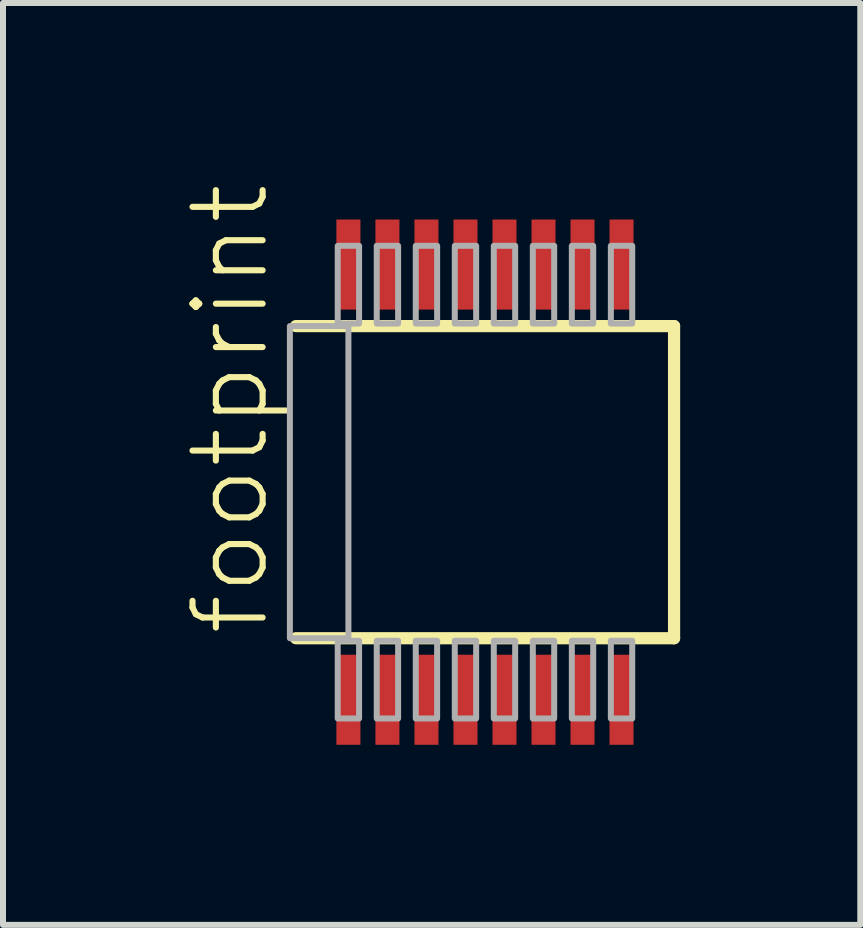
<source format=kicad_pcb>
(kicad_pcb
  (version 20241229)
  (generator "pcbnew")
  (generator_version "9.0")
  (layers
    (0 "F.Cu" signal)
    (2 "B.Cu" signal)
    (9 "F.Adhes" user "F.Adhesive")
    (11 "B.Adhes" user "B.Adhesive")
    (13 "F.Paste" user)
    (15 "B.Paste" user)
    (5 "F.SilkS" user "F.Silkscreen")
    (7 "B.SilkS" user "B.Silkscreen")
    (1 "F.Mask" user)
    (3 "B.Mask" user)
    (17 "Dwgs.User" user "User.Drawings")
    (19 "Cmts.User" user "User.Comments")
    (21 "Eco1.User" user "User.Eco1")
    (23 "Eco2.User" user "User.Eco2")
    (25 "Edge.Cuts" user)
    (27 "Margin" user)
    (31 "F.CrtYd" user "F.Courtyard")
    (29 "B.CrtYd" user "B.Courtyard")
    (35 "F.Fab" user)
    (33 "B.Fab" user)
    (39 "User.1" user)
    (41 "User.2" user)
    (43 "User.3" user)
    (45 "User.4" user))
  (footprint "footprint"
    (layer "F.Cu")
    (at 5.029 4.982)
    (property "Reference" "footprint" (at -3.556 2.6 90) (layer "F.SilkS") (effects (font (size 1.168 1.168) (thickness 0.102)) (justify left bottom)))
    (fp_line (start -3.15 2.6) (end 3.15 2.6) (stroke (width 0.203) (type solid)) (layer "F.SilkS"))
    (fp_line (start 3.15 -2.6) (end -3.15 -2.6) (stroke (width 0.203) (type solid)) (layer "F.SilkS"))
    (fp_line (start 3.15 2.6) (end 3.15 -2.6) (stroke (width 0.203) (type solid)) (layer "F.SilkS"))
    (fp_poly (pts (xy -3.25 2.6) (xy -2.275 2.6) (xy -2.275 -2.6) (xy -3.25 -2.6)) (stroke (width 0.1) (type solid)) (fill no) (layer "F.Fab"))
    (fp_poly (pts (xy -2.453 3.937) (xy -2.097 3.937) (xy -2.097 2.642) (xy -2.453 2.642)) (stroke (width 0.1) (type solid)) (fill no) (layer "F.Fab"))
    (fp_poly (pts (xy -2.453 -2.642) (xy -2.097 -2.642) (xy -2.097 -3.937) (xy -2.453 -3.937)) (stroke (width 0.1) (type solid)) (fill no) (layer "F.Fab"))
    (fp_poly (pts (xy -1.803 3.937) (xy -1.447 3.937) (xy -1.447 2.642) (xy -1.803 2.642)) (stroke (width 0.1) (type solid)) (fill no) (layer "F.Fab"))
    (fp_poly (pts (xy -1.803 -2.642) (xy -1.447 -2.642) (xy -1.447 -3.937) (xy -1.803 -3.937)) (stroke (width 0.1) (type solid)) (fill no) (layer "F.Fab"))
    (fp_poly (pts (xy -1.153 3.937) (xy -0.797 3.937) (xy -0.797 2.642) (xy -1.153 2.642)) (stroke (width 0.1) (type solid)) (fill no) (layer "F.Fab"))
    (fp_poly (pts (xy -1.153 -2.642) (xy -0.797 -2.642) (xy -0.797 -3.937) (xy -1.153 -3.937)) (stroke (width 0.1) (type solid)) (fill no) (layer "F.Fab"))
    (fp_poly (pts (xy -0.503 -2.642) (xy -0.147 -2.642) (xy -0.147 -3.937) (xy -0.503 -3.937)) (stroke (width 0.1) (type solid)) (fill no) (layer "F.Fab"))
    (fp_poly (pts (xy -0.503 3.937) (xy -0.147 3.937) (xy -0.147 2.642) (xy -0.503 2.642)) (stroke (width 0.1) (type solid)) (fill no) (layer "F.Fab"))
    (fp_poly (pts (xy 0.147 -2.642) (xy 0.503 -2.642) (xy 0.503 -3.937) (xy 0.147 -3.937)) (stroke (width 0.1) (type solid)) (fill no) (layer "F.Fab"))
    (fp_poly (pts (xy 0.147 3.937) (xy 0.503 3.937) (xy 0.503 2.642) (xy 0.147 2.642)) (stroke (width 0.1) (type solid)) (fill no) (layer "F.Fab"))
    (fp_poly (pts (xy 0.797 -2.642) (xy 1.153 -2.642) (xy 1.153 -3.937) (xy 0.797 -3.937)) (stroke (width 0.1) (type solid)) (fill no) (layer "F.Fab"))
    (fp_poly (pts (xy 0.797 3.937) (xy 1.153 3.937) (xy 1.153 2.642) (xy 0.797 2.642)) (stroke (width 0.1) (type solid)) (fill no) (layer "F.Fab"))
    (fp_poly (pts (xy 1.447 -2.642) (xy 1.803 -2.642) (xy 1.803 -3.937) (xy 1.447 -3.937)) (stroke (width 0.1) (type solid)) (fill no) (layer "F.Fab"))
    (fp_poly (pts (xy 1.447 3.937) (xy 1.803 3.937) (xy 1.803 2.642) (xy 1.447 2.642)) (stroke (width 0.1) (type solid)) (fill no) (layer "F.Fab"))
    (fp_poly (pts (xy 2.097 -2.642) (xy 2.453 -2.642) (xy 2.453 -3.937) (xy 2.097 -3.937)) (stroke (width 0.1) (type solid)) (fill no) (layer "F.Fab"))
    (fp_poly (pts (xy 2.097 3.937) (xy 2.453 3.937) (xy 2.453 2.642) (xy 2.097 2.642)) (stroke (width 0.1) (type solid)) (fill no) (layer "F.Fab"))
    (pad "1" smd rect (at -2.275 3.625) (size 0.4 1.5) (layers "F.Cu" "F.Mask" "F.Paste"))
    (pad "2" smd rect (at -1.625 3.625) (size 0.4 1.5) (layers "F.Cu" "F.Mask" "F.Paste"))
    (pad "3" smd rect (at -0.975 3.625) (size 0.4 1.5) (layers "F.Cu" "F.Mask" "F.Paste"))
    (pad "4" smd rect (at -0.325 3.625) (size 0.4 1.5) (layers "F.Cu" "F.Mask" "F.Paste"))
    (pad "5" smd rect (at 0.325 3.625) (size 0.4 1.5) (layers "F.Cu" "F.Mask" "F.Paste"))
    (pad "6" smd rect (at 0.975 3.625) (size 0.4 1.5) (layers "F.Cu" "F.Mask" "F.Paste"))
    (pad "7" smd rect (at 1.625 3.625) (size 0.4 1.5) (layers "F.Cu" "F.Mask" "F.Paste"))
    (pad "8" smd rect (at 2.275 3.625) (size 0.4 1.5) (layers "F.Cu" "F.Mask" "F.Paste"))
    (pad "9" smd rect (at 2.275 -3.625) (size 0.4 1.5) (layers "F.Cu" "F.Mask" "F.Paste"))
    (pad "10" smd rect (at 1.625 -3.625) (size 0.4 1.5) (layers "F.Cu" "F.Mask" "F.Paste"))
    (pad "11" smd rect (at 0.975 -3.625) (size 0.4 1.5) (layers "F.Cu" "F.Mask" "F.Paste"))
    (pad "12" smd rect (at 0.325 -3.625) (size 0.4 1.5) (layers "F.Cu" "F.Mask" "F.Paste"))
    (pad "13" smd rect (at -0.325 -3.625) (size 0.4 1.5) (layers "F.Cu" "F.Mask" "F.Paste"))
    (pad "14" smd rect (at -0.975 -3.625) (size 0.4 1.5) (layers "F.Cu" "F.Mask" "F.Paste"))
    (pad "15" smd rect (at -1.625 -3.625) (size 0.4 1.5) (layers "F.Cu" "F.Mask" "F.Paste"))
    (pad "16" smd rect (at -2.275 -3.625) (size 0.4 1.5) (layers "F.Cu" "F.Mask" "F.Paste")))
  (gr_rect
    (start -3 -3)
    (end 11.281 12.357)
    (stroke (width 0.1) (type default))
    (fill no)
    (layer "Edge.Cuts")))
</source>
